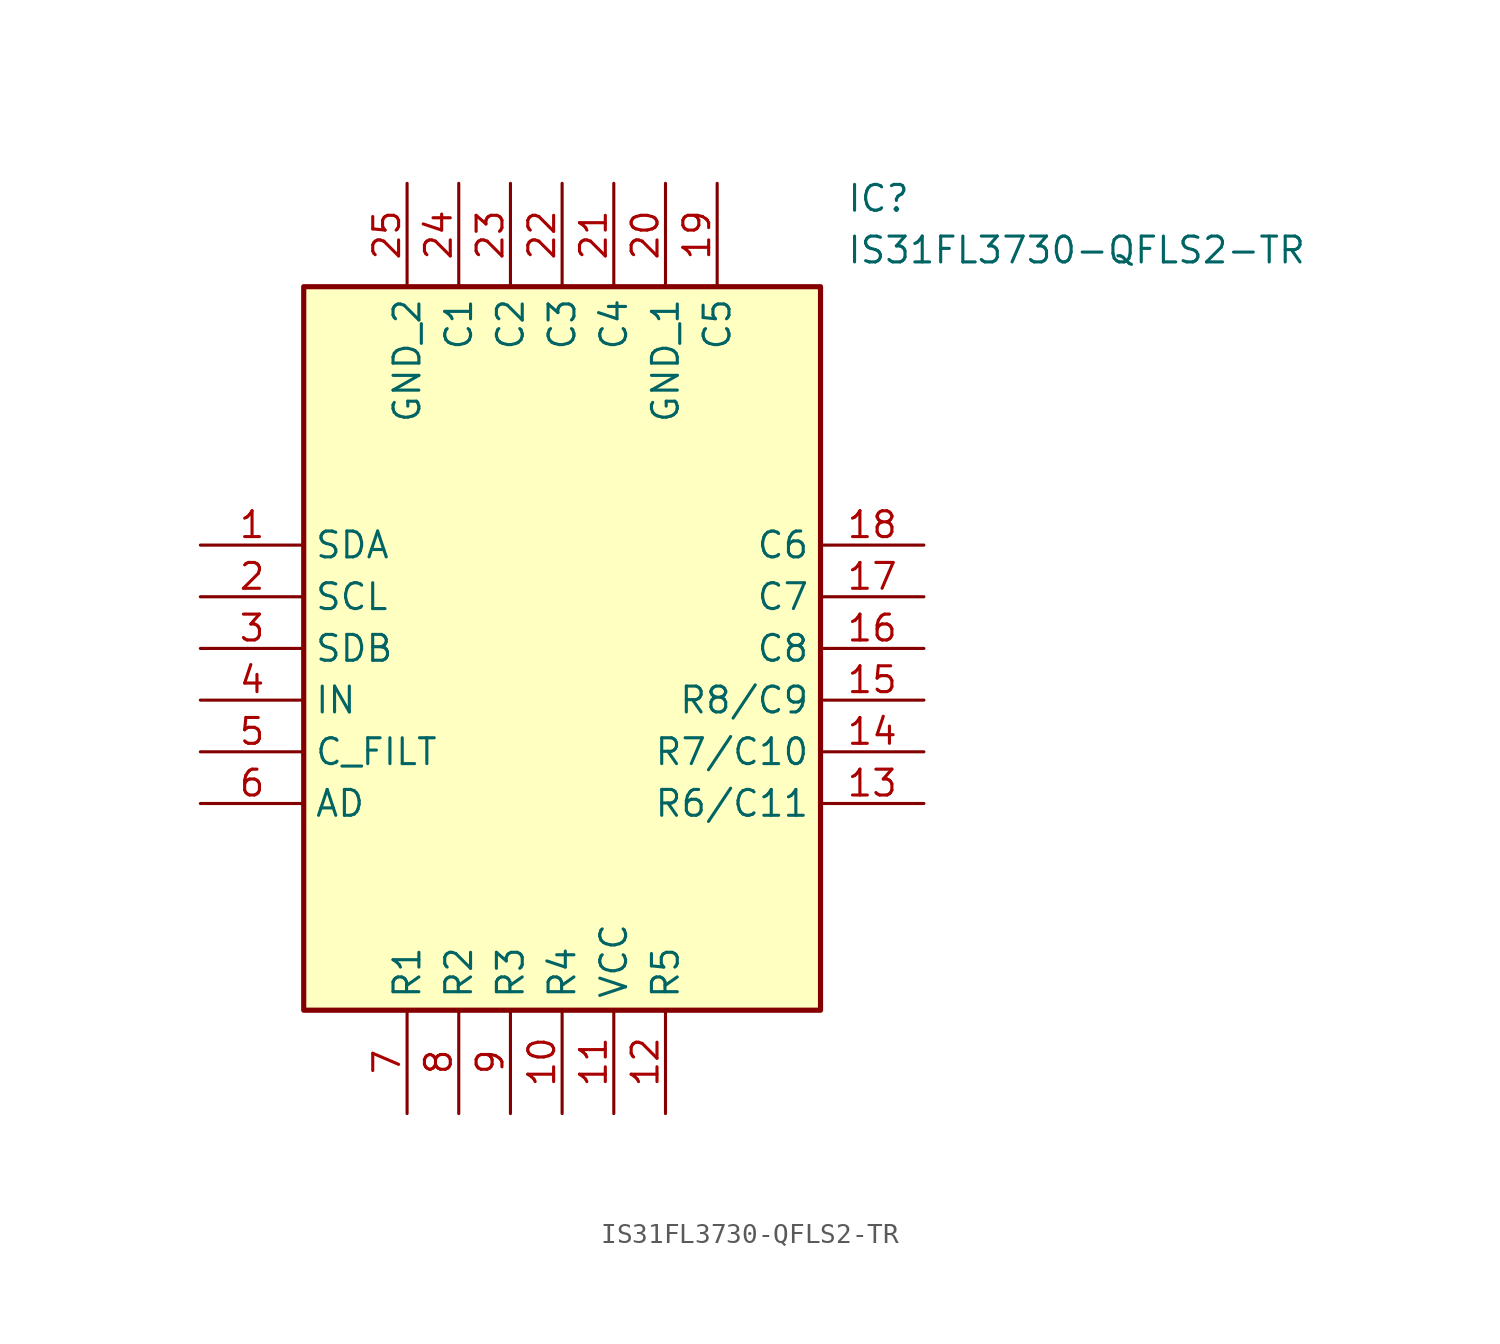
<source format=kicad_sym>
(kicad_symbol_lib
  (version 20211014)
  (generator SamacSys_ECAD_Model)
  (symbol "IS31FL3730-QFLS2-TR"
    (property "Reference" "IC"
      (at 31.75 17.78 0)
      (effects (font (size 1.27 1.27)) (justify left top)))
    (property "Value" "IS31FL3730-QFLS2-TR"
      (at 31.75 15.24 0)
      (effects (font (size 1.27 1.27)) (justify left top)))
    (rectangle
      (start 5.08 12.7)
      (end 30.48 -22.86)
      (stroke (width 0.254) (type default))
      (fill (type background)))
    (pin passive line
      (at 0 0 0)
      (length 5.08)
      (name "SDA" (effects (font (size 1.27 1.27))))
      (number "1" (effects (font (size 1.27 1.27)))))
    (pin passive line
      (at 0 -2.54 0)
      (length 5.08)
      (name "SCL" (effects (font (size 1.27 1.27))))
      (number "2" (effects (font (size 1.27 1.27)))))
    (pin passive line
      (at 0 -5.08 0)
      (length 5.08)
      (name "SDB" (effects (font (size 1.27 1.27))))
      (number "3" (effects (font (size 1.27 1.27)))))
    (pin passive line
      (at 0 -7.62 0)
      (length 5.08)
      (name "IN" (effects (font (size 1.27 1.27))))
      (number "4" (effects (font (size 1.27 1.27)))))
    (pin passive line
      (at 0 -10.16 0)
      (length 5.08)
      (name "C_FILT" (effects (font (size 1.27 1.27))))
      (number "5" (effects (font (size 1.27 1.27)))))
    (pin passive line
      (at 0 -12.7 0)
      (length 5.08)
      (name "AD" (effects (font (size 1.27 1.27))))
      (number "6" (effects (font (size 1.27 1.27)))))
    (pin passive line
      (at 10.16 -27.94 90)
      (length 5.08)
      (name "R1" (effects (font (size 1.27 1.27))))
      (number "7" (effects (font (size 1.27 1.27)))))
    (pin passive line
      (at 12.7 -27.94 90)
      (length 5.08)
      (name "R2" (effects (font (size 1.27 1.27))))
      (number "8" (effects (font (size 1.27 1.27)))))
    (pin passive line
      (at 15.24 -27.94 90)
      (length 5.08)
      (name "R3" (effects (font (size 1.27 1.27))))
      (number "9" (effects (font (size 1.27 1.27)))))
    (pin passive line
      (at 17.78 -27.94 90)
      (length 5.08)
      (name "R4" (effects (font (size 1.27 1.27))))
      (number "10" (effects (font (size 1.27 1.27)))))
    (pin passive line
      (at 20.32 -27.94 90)
      (length 5.08)
      (name "VCC" (effects (font (size 1.27 1.27))))
      (number "11" (effects (font (size 1.27 1.27)))))
    (pin passive line
      (at 22.86 -27.94 90)
      (length 5.08)
      (name "R5" (effects (font (size 1.27 1.27))))
      (number "12" (effects (font (size 1.27 1.27)))))
    (pin passive line
      (at 35.56 0 180)
      (length 5.08)
      (name "C6" (effects (font (size 1.27 1.27))))
      (number "18" (effects (font (size 1.27 1.27)))))
    (pin passive line
      (at 35.56 -2.54 180)
      (length 5.08)
      (name "C7" (effects (font (size 1.27 1.27))))
      (number "17" (effects (font (size 1.27 1.27)))))
    (pin passive line
      (at 35.56 -5.08 180)
      (length 5.08)
      (name "C8" (effects (font (size 1.27 1.27))))
      (number "16" (effects (font (size 1.27 1.27)))))
    (pin passive line
      (at 35.56 -7.62 180)
      (length 5.08)
      (name "R8/C9" (effects (font (size 1.27 1.27))))
      (number "15" (effects (font (size 1.27 1.27)))))
    (pin passive line
      (at 35.56 -10.16 180)
      (length 5.08)
      (name "R7/C10" (effects (font (size 1.27 1.27))))
      (number "14" (effects (font (size 1.27 1.27)))))
    (pin passive line
      (at 35.56 -12.7 180)
      (length 5.08)
      (name "R6/C11" (effects (font (size 1.27 1.27))))
      (number "13" (effects (font (size 1.27 1.27)))))
    (pin passive line
      (at 10.16 17.78 270)
      (length 5.08)
      (name "GND_2" (effects (font (size 1.27 1.27))))
      (number "25" (effects (font (size 1.27 1.27)))))
    (pin passive line
      (at 12.7 17.78 270)
      (length 5.08)
      (name "C1" (effects (font (size 1.27 1.27))))
      (number "24" (effects (font (size 1.27 1.27)))))
    (pin passive line
      (at 15.24 17.78 270)
      (length 5.08)
      (name "C2" (effects (font (size 1.27 1.27))))
      (number "23" (effects (font (size 1.27 1.27)))))
    (pin passive line
      (at 17.78 17.78 270)
      (length 5.08)
      (name "C3" (effects (font (size 1.27 1.27))))
      (number "22" (effects (font (size 1.27 1.27)))))
    (pin passive line
      (at 20.32 17.78 270)
      (length 5.08)
      (name "C4" (effects (font (size 1.27 1.27))))
      (number "21" (effects (font (size 1.27 1.27)))))
    (pin passive line
      (at 22.86 17.78 270)
      (length 5.08)
      (name "GND_1" (effects (font (size 1.27 1.27))))
      (number "20" (effects (font (size 1.27 1.27)))))
    (pin passive line
      (at 25.4 17.78 270)
      (length 5.08)
      (name "C5" (effects (font (size 1.27 1.27))))
      (number "19" (effects (font (size 1.27 1.27)))))))
</source>
